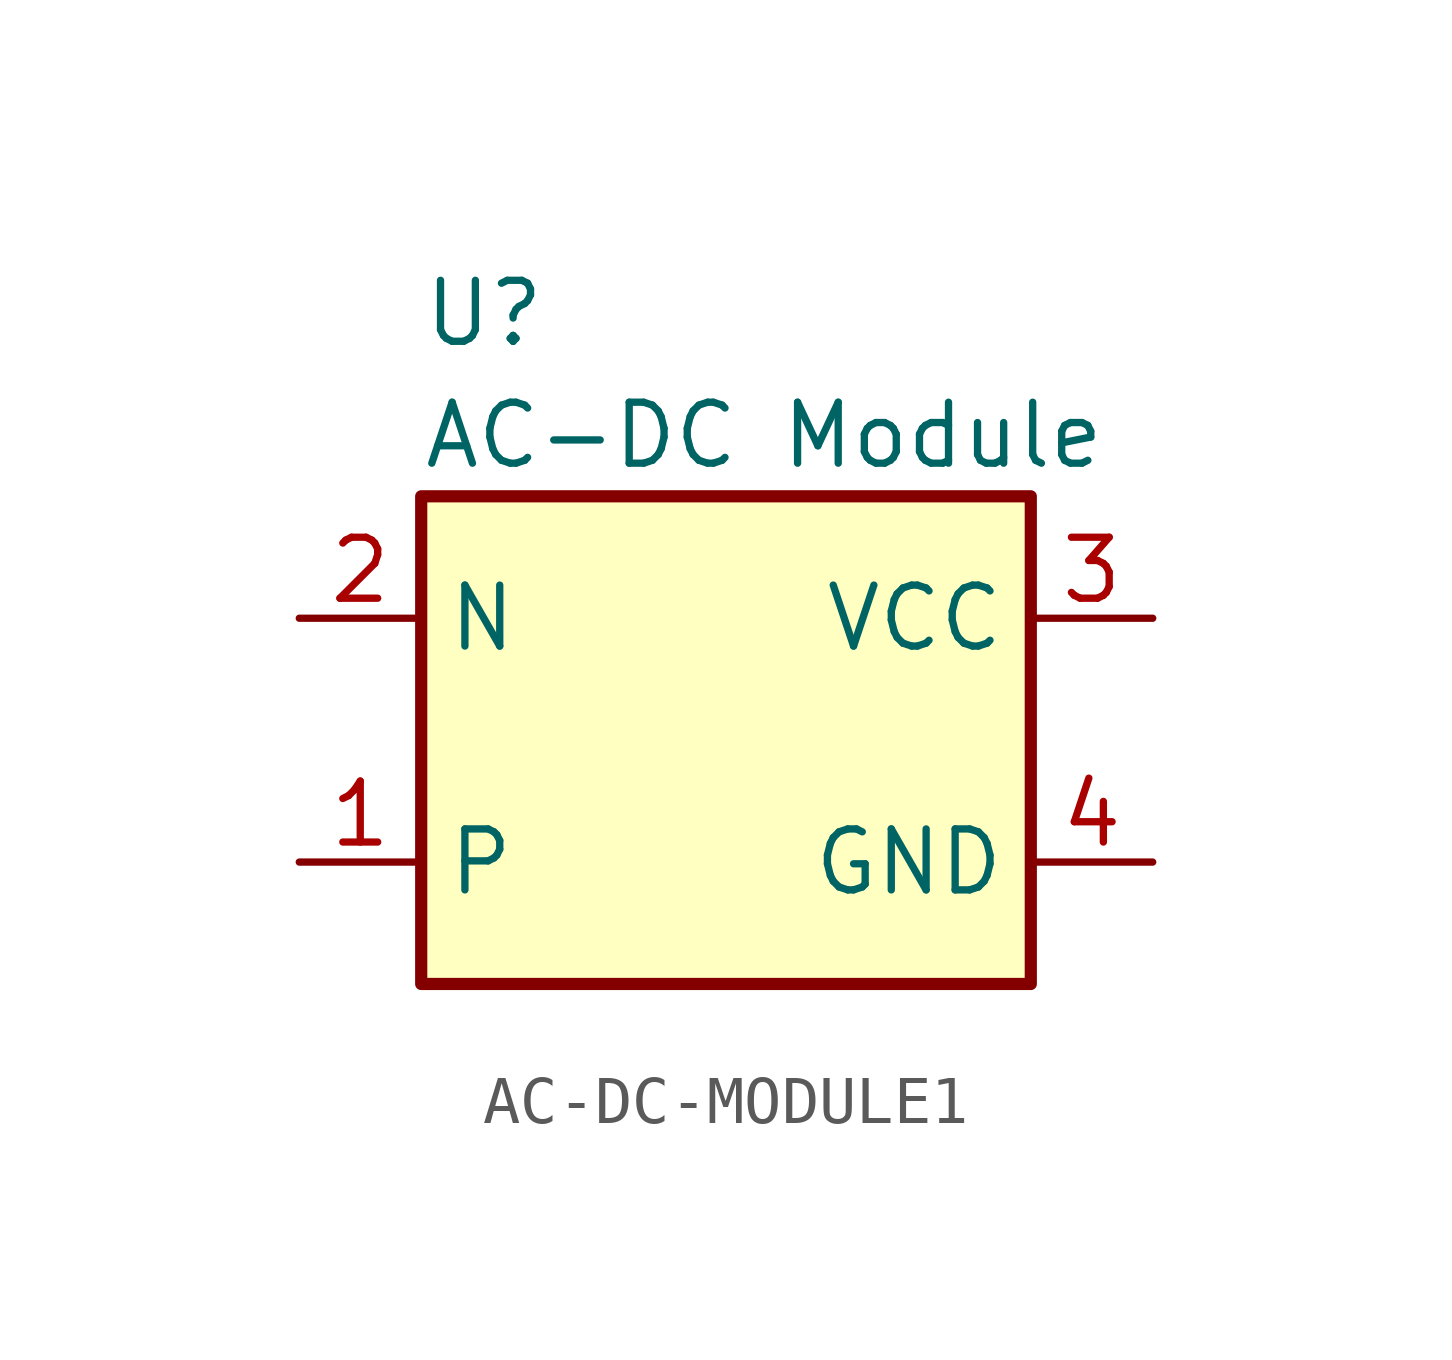
<source format=kicad_sym>
(kicad_symbol_lib
  (version 20220914)
  (generator kicad_symbol_editor)
  (symbol "AC-DC-MODULE1"
    (property "Reference" "U"
      (at -6.35 8.89 0)
      (effects (font (size 1.27 1.27)) (justify left)))
    (property "Value" "AC-DC Module"
      (at -6.35 6.35 0)
      (effects (font (size 1.27 1.27)) (justify left)))
    (property "Manufacturer" ""
      (at 0 0 0)
      (effects (font (size 1.27 1.27)) (justify left)))
    (property "Manufacturer Part Number" ""
      (at 0 0 0)
      (effects (font (size 1.27 1.27)) (justify left)))
    (symbol "AC-DC-MODULE1_0_1"
      (rectangle (start -6.35 5.08) (end 6.35 -5.08) (stroke (width 0.254) (type default)) (fill (type background))))
    (symbol "AC-DC-MODULE1_1_1"
      (pin power_in line (at -8.89 -2.54 0) (length 2.54) (name "P" (effects (font (size 1.27 1.27)))) (number "1" (effects (font (size 1.27 1.27)))))
      (pin power_in line (at -8.89 2.54 0) (length 2.54) (name "N" (effects (font (size 1.27 1.27)))) (number "2" (effects (font (size 1.27 1.27)))))
      (pin power_out line (at 8.89 2.54 180) (length 2.54) (name "VCC" (effects (font (size 1.27 1.27)))) (number "3" (effects (font (size 1.27 1.27)))))
      (pin power_out line (at 8.89 -2.54 180) (length 2.54) (name "GND" (effects (font (size 1.27 1.27)))) (number "4" (effects (font (size 1.27 1.27))))))))
</source>
